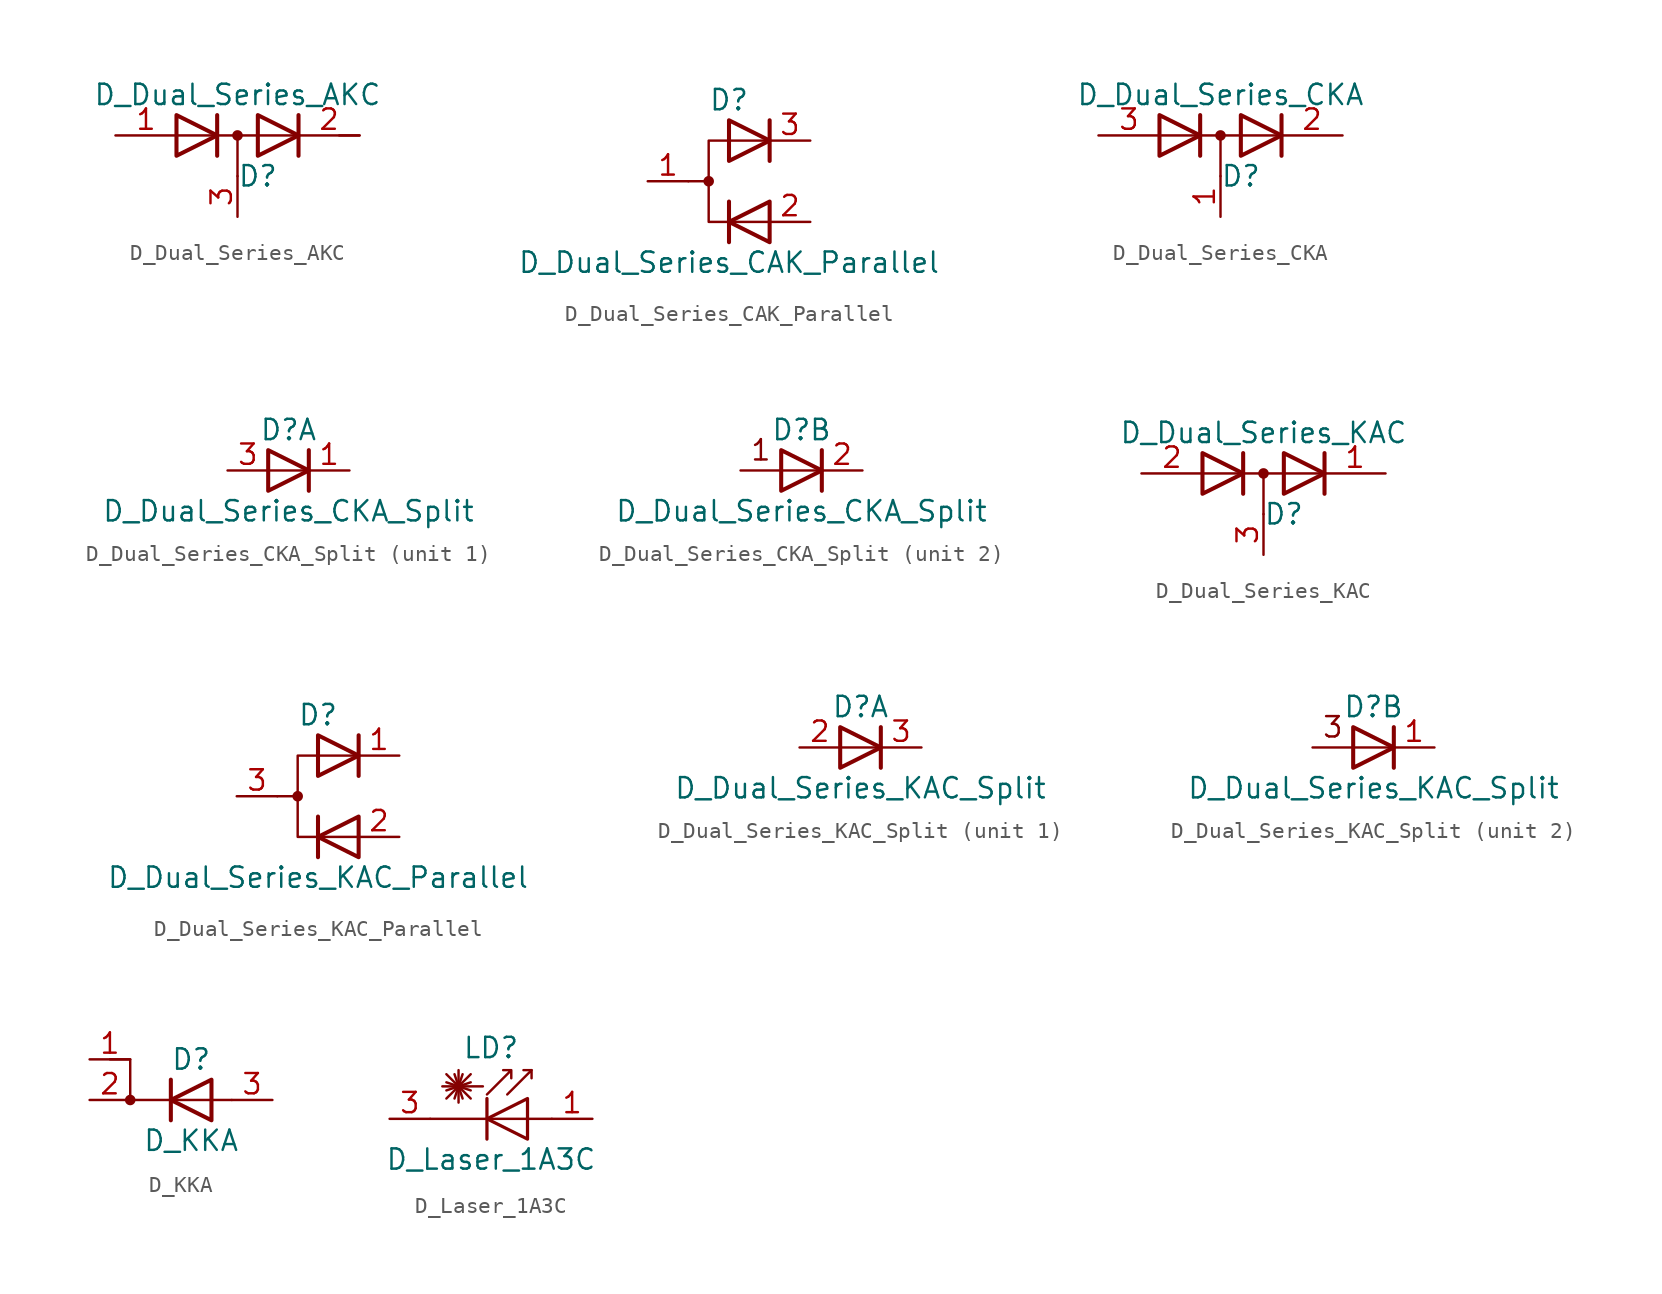
<source format=kicad_sym>
(kicad_symbol_lib
  (version 20220914)
  (generator kicad_symbol_editor)
  (symbol "D_Dual_Series_AKC"
    (pin_names
      (offset 0.762) hide)
    (property "Reference" "D"
      (at 1.27 -2.54 0)
      (effects (font (size 1.27 1.27))))
    (property "Value" "D_Dual_Series_AKC"
      (at 0 2.54 0)
      (effects (font (size 1.27 1.27))))
    (symbol "D_Dual_Series_AKC_0_1"
      (polyline (pts (xy -3.81 0) (xy 3.81 0)) (stroke (width 0) (type default)) (fill (type none)))
      (polyline (pts (xy 0 0) (xy 0 -2.54)) (stroke (width 0) (type default)) (fill (type none)))
      (polyline (pts (xy 6.35 0) (xy 7.62 0)) (stroke (width 0) (type default)) (fill (type none)))
      (polyline (pts (xy -1.27 -1.27) (xy -1.27 1.27) (xy -1.27 1.27)) (stroke (width 0.254) (type default)) (fill (type none)))
      (polyline (pts (xy 3.81 1.27) (xy 3.81 -1.27) (xy 3.81 -1.27)) (stroke (width 0.254) (type default)) (fill (type none)))
      (polyline (pts (xy -3.81 1.27) (xy -1.27 0) (xy -3.81 -1.27) (xy -3.81 1.27) (xy -3.81 1.27) (xy -3.81 1.27)) (stroke (width 0.254) (type default)) (fill (type none)))
      (polyline (pts (xy 1.27 1.27) (xy 3.81 0) (xy 1.27 -1.27) (xy 1.27 1.27) (xy 1.27 1.27) (xy 1.27 1.27)) (stroke (width 0.254) (type default)) (fill (type none)))
      (circle (center 0 0) (radius 0.254) (stroke (width 0) (type default)) (fill (type outline)))
      (pin passive line (at -7.62 0 0) (length 3.81) (name "A" (effects (font (size 1.27 1.27)))) (number "1" (effects (font (size 1.27 1.27)))))
      (pin passive line (at 7.62 0 180) (length 3.81) (name "K" (effects (font (size 1.27 1.27)))) (number "2" (effects (font (size 1.27 1.27)))))
      (pin passive line (at 0 -5.08 90) (length 2.54) (name "common" (effects (font (size 1.27 1.27)))) (number "3" (effects (font (size 1.27 1.27)))))))
  (symbol "D_Dual_Series_CAK_Parallel"
    (pin_names
      (offset 0.762) hide)
    (property "Reference" "D"
      (at 0 5.08 0)
      (effects (font (size 1.27 1.27))))
    (property "Value" "D_Dual_Series_CAK_Parallel"
      (at 0 -5.08 0)
      (effects (font (size 1.27 1.27))))
    (symbol "D_Dual_Series_CAK_Parallel_0_0"
      (polyline (pts (xy 0 -1.27) (xy 0 -3.81)) (stroke (width 0.254) (type default)) (fill (type none)))
      (polyline (pts (xy 2.54 3.81) (xy 2.54 1.27)) (stroke (width 0.254) (type default)) (fill (type none))))
    (symbol "D_Dual_Series_CAK_Parallel_0_1"
      (circle (center -1.27 0) (radius 0.254) (stroke (width 0) (type default)) (fill (type outline)))
      (polyline (pts (xy -1.27 0) (xy -2.54 0)) (stroke (width 0) (type default)) (fill (type none)))
      (polyline (pts (xy 2.54 2.54) (xy -1.27 2.54) (xy -1.27 -2.54) (xy 2.54 -2.54)) (stroke (width 0) (type default)) (fill (type none)))
      (polyline (pts (xy 0 3.81) (xy 2.54 2.54) (xy 0 1.27) (xy 0 3.81) (xy 0 3.81) (xy 0 3.81)) (stroke (width 0.254) (type default)) (fill (type none)))
      (polyline (pts (xy 2.54 -1.27) (xy 0 -2.54) (xy 2.54 -3.81) (xy 2.54 -1.27) (xy 2.54 -1.27) (xy 2.54 -1.27)) (stroke (width 0.254) (type default)) (fill (type none)))
      (pin passive line (at -5.08 0 0) (length 2.54) (name "A" (effects (font (size 1.27 1.27)))) (number "1" (effects (font (size 1.27 1.27)))))
      (pin passive line (at 5.08 -2.54 180) (length 2.54) (name "K" (effects (font (size 1.27 1.27)))) (number "2" (effects (font (size 1.27 1.27)))))
      (pin passive line (at 5.08 2.54 180) (length 2.54) (name "K" (effects (font (size 1.27 1.27)))) (number "3" (effects (font (size 1.27 1.27)))))))
  (symbol "D_Dual_Series_CKA"
    (pin_names
      (offset 0.762) hide)
    (property "Reference" "D"
      (at 1.27 -2.54 0)
      (effects (font (size 1.27 1.27))))
    (property "Value" "D_Dual_Series_CKA"
      (at 0 2.54 0)
      (effects (font (size 1.27 1.27))))
    (symbol "D_Dual_Series_CKA_0_1"
      (polyline (pts (xy -3.81 0) (xy 3.81 0)) (stroke (width 0) (type default)) (fill (type none)))
      (polyline (pts (xy 0 0) (xy 0 -2.54)) (stroke (width 0) (type default)) (fill (type none)))
      (polyline (pts (xy -1.27 -1.27) (xy -1.27 1.27) (xy -1.27 1.27)) (stroke (width 0.254) (type default)) (fill (type none)))
      (polyline (pts (xy 3.81 1.27) (xy 3.81 -1.27) (xy 3.81 -1.27)) (stroke (width 0.254) (type default)) (fill (type none)))
      (polyline (pts (xy -3.81 1.27) (xy -1.27 0) (xy -3.81 -1.27) (xy -3.81 1.27) (xy -3.81 1.27) (xy -3.81 1.27)) (stroke (width 0.254) (type default)) (fill (type none)))
      (polyline (pts (xy 1.27 1.27) (xy 3.81 0) (xy 1.27 -1.27) (xy 1.27 1.27) (xy 1.27 1.27) (xy 1.27 1.27)) (stroke (width 0.254) (type default)) (fill (type none)))
      (circle (center 0 0) (radius 0.254) (stroke (width 0) (type default)) (fill (type outline)))
      (pin passive line (at 0 -5.08 90) (length 2.54) (name "common" (effects (font (size 1.27 1.27)))) (number "1" (effects (font (size 1.27 1.27)))))
      (pin passive line (at 7.62 0 180) (length 3.81) (name "K" (effects (font (size 1.27 1.27)))) (number "2" (effects (font (size 1.27 1.27)))))
      (pin passive line (at -7.62 0 0) (length 3.81) (name "A" (effects (font (size 1.27 1.27)))) (number "3" (effects (font (size 1.27 1.27)))))))
  (symbol "D_Dual_Series_CKA_Split"
    (pin_names
      (offset 0.762) hide)
    (property "Reference" "D"
      (at 0 2.54 0)
      (effects (font (size 1.27 1.27))))
    (property "Value" "D_Dual_Series_CKA_Split"
      (at 0 -2.54 0)
      (effects (font (size 1.27 1.27))))
    (property "ki_locked" ""
      (at 0 0 0)
      (effects (font (size 1.27 1.27))))
    (symbol "D_Dual_Series_CKA_Split_0_0"
      (polyline (pts (xy 1.27 1.27) (xy 1.27 -1.27)) (stroke (width 0.254) (type default)) (fill (type none))))
    (symbol "D_Dual_Series_CKA_Split_0_1"
      (polyline (pts (xy -1.27 1.27) (xy 1.27 0) (xy -1.27 -1.27) (xy -1.27 1.27) (xy -1.27 1.27) (xy -1.27 1.27)) (stroke (width 0.254) (type default)) (fill (type none))))
    (symbol "D_Dual_Series_CKA_Split_1_1"
      (polyline (pts (xy 1.27 0) (xy -1.27 0)) (stroke (width 0) (type default)) (fill (type none)))
      (pin passive line (at 3.81 0 180) (length 2.54) (name "K" (effects (font (size 1.27 1.27)))) (number "1" (effects (font (size 1.27 1.27)))))
      (pin passive line (at -3.81 0 0) (length 2.54) (name "A" (effects (font (size 1.27 1.27)))) (number "3" (effects (font (size 1.27 1.27))))))
    (symbol "D_Dual_Series_CKA_Split_2_0"
      (polyline (pts (xy 1.27 0) (xy -3.81 0)) (stroke (width 0) (type default)) (fill (type none)))
      (text "1" (at -2.54 1.27 0) (effects (font (size 1.27 1.27)))))
    (symbol "D_Dual_Series_CKA_Split_2_1"
      (pin passive line (at 3.81 0 180) (length 2.54) (name "K" (effects (font (size 1.27 1.27)))) (number "2" (effects (font (size 1.27 1.27)))))))
  (symbol "D_Dual_Series_KAC"
    (pin_names
      (offset 0.762) hide)
    (property "Reference" "D"
      (at 1.27 -2.54 0)
      (effects (font (size 1.27 1.27))))
    (property "Value" "D_Dual_Series_KAC"
      (at 0 2.54 0)
      (effects (font (size 1.27 1.27))))
    (symbol "D_Dual_Series_KAC_0_1"
      (polyline (pts (xy 0 0) (xy 0 -2.54)) (stroke (width 0) (type default)) (fill (type none)))
      (polyline (pts (xy 3.81 0) (xy -3.81 0)) (stroke (width 0) (type default)) (fill (type none)))
      (polyline (pts (xy -1.27 -1.27) (xy -1.27 1.27) (xy -1.27 1.27)) (stroke (width 0.254) (type default)) (fill (type none)))
      (polyline (pts (xy 3.81 1.27) (xy 3.81 -1.27) (xy 3.81 -1.27)) (stroke (width 0.254) (type default)) (fill (type none)))
      (polyline (pts (xy -3.81 1.27) (xy -1.27 0) (xy -3.81 -1.27) (xy -3.81 1.27) (xy -3.81 1.27) (xy -3.81 1.27)) (stroke (width 0.254) (type default)) (fill (type none)))
      (polyline (pts (xy 1.27 1.27) (xy 3.81 0) (xy 1.27 -1.27) (xy 1.27 1.27) (xy 1.27 1.27) (xy 1.27 1.27)) (stroke (width 0.254) (type default)) (fill (type none)))
      (circle (center 0 0) (radius 0.254) (stroke (width 0) (type default)) (fill (type outline)))
      (pin passive line (at 7.62 0 180) (length 3.81) (name "K" (effects (font (size 1.27 1.27)))) (number "1" (effects (font (size 1.27 1.27)))))
      (pin passive line (at -7.62 0 0) (length 3.81) (name "A" (effects (font (size 1.27 1.27)))) (number "2" (effects (font (size 1.27 1.27)))))
      (pin passive line (at 0 -5.08 90) (length 2.54) (name "common" (effects (font (size 1.27 1.27)))) (number "3" (effects (font (size 1.27 1.27)))))))
  (symbol "D_Dual_Series_KAC_Parallel"
    (pin_names
      (offset 0.762) hide)
    (property "Reference" "D"
      (at 0 5.08 0)
      (effects (font (size 1.27 1.27))))
    (property "Value" "D_Dual_Series_KAC_Parallel"
      (at 0 -5.08 0)
      (effects (font (size 1.27 1.27))))
    (symbol "D_Dual_Series_KAC_Parallel_0_0"
      (polyline (pts (xy 0 -1.27) (xy 0 -3.81)) (stroke (width 0.254) (type default)) (fill (type none)))
      (polyline (pts (xy 2.54 3.81) (xy 2.54 1.27)) (stroke (width 0.254) (type default)) (fill (type none))))
    (symbol "D_Dual_Series_KAC_Parallel_0_1"
      (circle (center -1.27 0) (radius 0.254) (stroke (width 0) (type default)) (fill (type outline)))
      (polyline (pts (xy -1.27 0) (xy -2.54 0)) (stroke (width 0) (type default)) (fill (type none)))
      (polyline (pts (xy 2.54 2.54) (xy -1.27 2.54) (xy -1.27 -2.54) (xy 2.54 -2.54)) (stroke (width 0) (type default)) (fill (type none)))
      (polyline (pts (xy 0 3.81) (xy 2.54 2.54) (xy 0 1.27) (xy 0 3.81) (xy 0 3.81) (xy 0 3.81)) (stroke (width 0.254) (type default)) (fill (type none)))
      (polyline (pts (xy 2.54 -1.27) (xy 0 -2.54) (xy 2.54 -3.81) (xy 2.54 -1.27) (xy 2.54 -1.27) (xy 2.54 -1.27)) (stroke (width 0.254) (type default)) (fill (type none)))
      (pin passive line (at 5.08 2.54 180) (length 2.54) (name "K" (effects (font (size 1.27 1.27)))) (number "1" (effects (font (size 1.27 1.27)))))
      (pin passive line (at 5.08 -2.54 180) (length 2.54) (name "K" (effects (font (size 1.27 1.27)))) (number "2" (effects (font (size 1.27 1.27)))))
      (pin passive line (at -5.08 0 0) (length 2.54) (name "A" (effects (font (size 1.27 1.27)))) (number "3" (effects (font (size 1.27 1.27)))))))
  (symbol "D_Dual_Series_KAC_Split"
    (pin_names
      (offset 0.762) hide)
    (property "Reference" "D"
      (at 0 2.54 0)
      (effects (font (size 1.27 1.27))))
    (property "Value" "D_Dual_Series_KAC_Split"
      (at 0 -2.54 0)
      (effects (font (size 1.27 1.27))))
    (property "ki_locked" ""
      (at 0 0 0)
      (effects (font (size 1.27 1.27))))
    (symbol "D_Dual_Series_KAC_Split_0_0"
      (polyline (pts (xy 1.27 1.27) (xy 1.27 -1.27)) (stroke (width 0.254) (type default)) (fill (type none))))
    (symbol "D_Dual_Series_KAC_Split_0_1"
      (polyline (pts (xy -1.27 1.27) (xy 1.27 0) (xy -1.27 -1.27) (xy -1.27 1.27) (xy -1.27 1.27) (xy -1.27 1.27)) (stroke (width 0.254) (type default)) (fill (type none))))
    (symbol "D_Dual_Series_KAC_Split_1_1"
      (polyline (pts (xy 1.27 0) (xy -1.27 0)) (stroke (width 0) (type default)) (fill (type none)))
      (pin passive line (at -3.81 0 0) (length 2.54) (name "A" (effects (font (size 1.27 1.27)))) (number "2" (effects (font (size 1.27 1.27)))))
      (pin passive line (at 3.81 0 180) (length 2.54) (name "K" (effects (font (size 1.27 1.27)))) (number "3" (effects (font (size 1.27 1.27))))))
    (symbol "D_Dual_Series_KAC_Split_2_0"
      (polyline (pts (xy 1.27 0) (xy -3.81 0)) (stroke (width 0) (type default)) (fill (type none)))
      (text "3" (at -2.54 1.27 0) (effects (font (size 1.27 1.27)))))
    (symbol "D_Dual_Series_KAC_Split_2_1"
      (pin passive line (at 3.81 0 180) (length 2.54) (name "K" (effects (font (size 1.27 1.27)))) (number "1" (effects (font (size 1.27 1.27)))))))
  (symbol "D_KKA"
    (pin_names
      (offset 0) hide)
    (property "Reference" "D"
      (at 0 2.54 0)
      (effects (font (size 1.27 1.27))))
    (property "Value" "D_KKA"
      (at 0 -2.54 0)
      (effects (font (size 1.27 1.27))))
    (symbol "D_KKA_0_1"
      (circle (center -3.81 0) (radius 0.254) (stroke (width 0) (type default)) (fill (type outline)))
      (polyline (pts (xy -1.27 1.27) (xy -1.27 -1.27)) (stroke (width 0.254) (type default)) (fill (type none)))
      (polyline (pts (xy -5.08 2.54) (xy -3.81 2.54) (xy -3.81 0) (xy 2.54 0)) (stroke (width 0) (type default)) (fill (type none)))
      (polyline (pts (xy 1.27 1.27) (xy 1.27 -1.27) (xy -1.27 0) (xy 1.27 1.27)) (stroke (width 0.254) (type default)) (fill (type none))))
    (symbol "D_KKA_1_1"
      (pin input line (at -6.35 2.54 0) (length 2.54) (name "K" (effects (font (size 1.27 1.27)))) (number "1" (effects (font (size 1.27 1.27)))))
      (pin passive line (at -6.35 0 0) (length 2.54) (name "K" (effects (font (size 1.27 1.27)))) (number "2" (effects (font (size 1.27 1.27)))))
      (pin passive line (at 5.08 0 180) (length 2.54) (name "A" (effects (font (size 1.27 1.27)))) (number "3" (effects (font (size 1.27 1.27)))))))
  (symbol "D_Laser_1A3C"
    (pin_names
      (offset 1.016) hide)
    (property "Reference" "LD"
      (at -1.27 4.445 0)
      (effects (font (size 1.27 1.27))))
    (property "Value" "D_Laser_1A3C"
      (at -1.27 -2.54 0)
      (effects (font (size 1.27 1.27))))
    (symbol "D_Laser_1A3C_0_1"
      (polyline (pts (xy -4.064 1.27) (xy -2.54 2.794)) (stroke (width 0) (type default)) (fill (type none)))
      (polyline (pts (xy -4.064 1.778) (xy -2.54 2.286)) (stroke (width 0) (type default)) (fill (type none)))
      (polyline (pts (xy -4.064 2.286) (xy -2.54 1.778)) (stroke (width 0) (type default)) (fill (type none)))
      (polyline (pts (xy -4.064 2.794) (xy -2.54 1.27)) (stroke (width 0) (type default)) (fill (type none)))
      (polyline (pts (xy -3.556 2.794) (xy -3.048 1.27)) (stroke (width 0) (type default)) (fill (type none)))
      (polyline (pts (xy -3.302 2.032) (xy -3.302 1.016)) (stroke (width 0) (type default)) (fill (type none)))
      (polyline (pts (xy -3.302 2.032) (xy -3.302 3.048)) (stroke (width 0) (type default)) (fill (type none)))
      (polyline (pts (xy -3.048 2.794) (xy -3.556 1.27)) (stroke (width 0) (type default)) (fill (type none)))
      (polyline (pts (xy -1.778 2.032) (xy -4.318 2.032)) (stroke (width 0) (type default)) (fill (type none)))
      (polyline (pts (xy -1.524 1.27) (xy -1.524 -1.27)) (stroke (width 0.203) (type default)) (fill (type none)))
      (polyline (pts (xy 1.27 3.048) (xy 0.762 3.048)) (stroke (width 0) (type default)) (fill (type none)))
      (polyline (pts (xy 2.54 0) (xy -5.08 0)) (stroke (width 0) (type default)) (fill (type none)))
      (polyline (pts (xy -0.254 1.524) (xy 1.27 3.048) (xy 1.27 2.54)) (stroke (width 0) (type default)) (fill (type none)))
      (polyline (pts (xy 1.016 1.27) (xy 1.016 -1.27) (xy -1.524 0) (xy 1.016 1.27)) (stroke (width 0.203) (type default)) (fill (type none)))
      (polyline (pts (xy -1.524 1.524) (xy 0 3.048) (xy 0 2.54) (xy 0 3.048) (xy -0.508 3.048)) (stroke (width 0) (type default)) (fill (type none))))
    (symbol "D_Laser_1A3C_1_1"
      (pin passive line (at 5.08 0 180) (length 2.54) (name "A" (effects (font (size 1.27 1.27)))) (number "1" (effects (font (size 1.27 1.27)))))
      (pin passive line (at -7.62 0 0) (length 2.54) (name "K" (effects (font (size 1.27 1.27)))) (number "3" (effects (font (size 1.27 1.27))))))))
</source>
